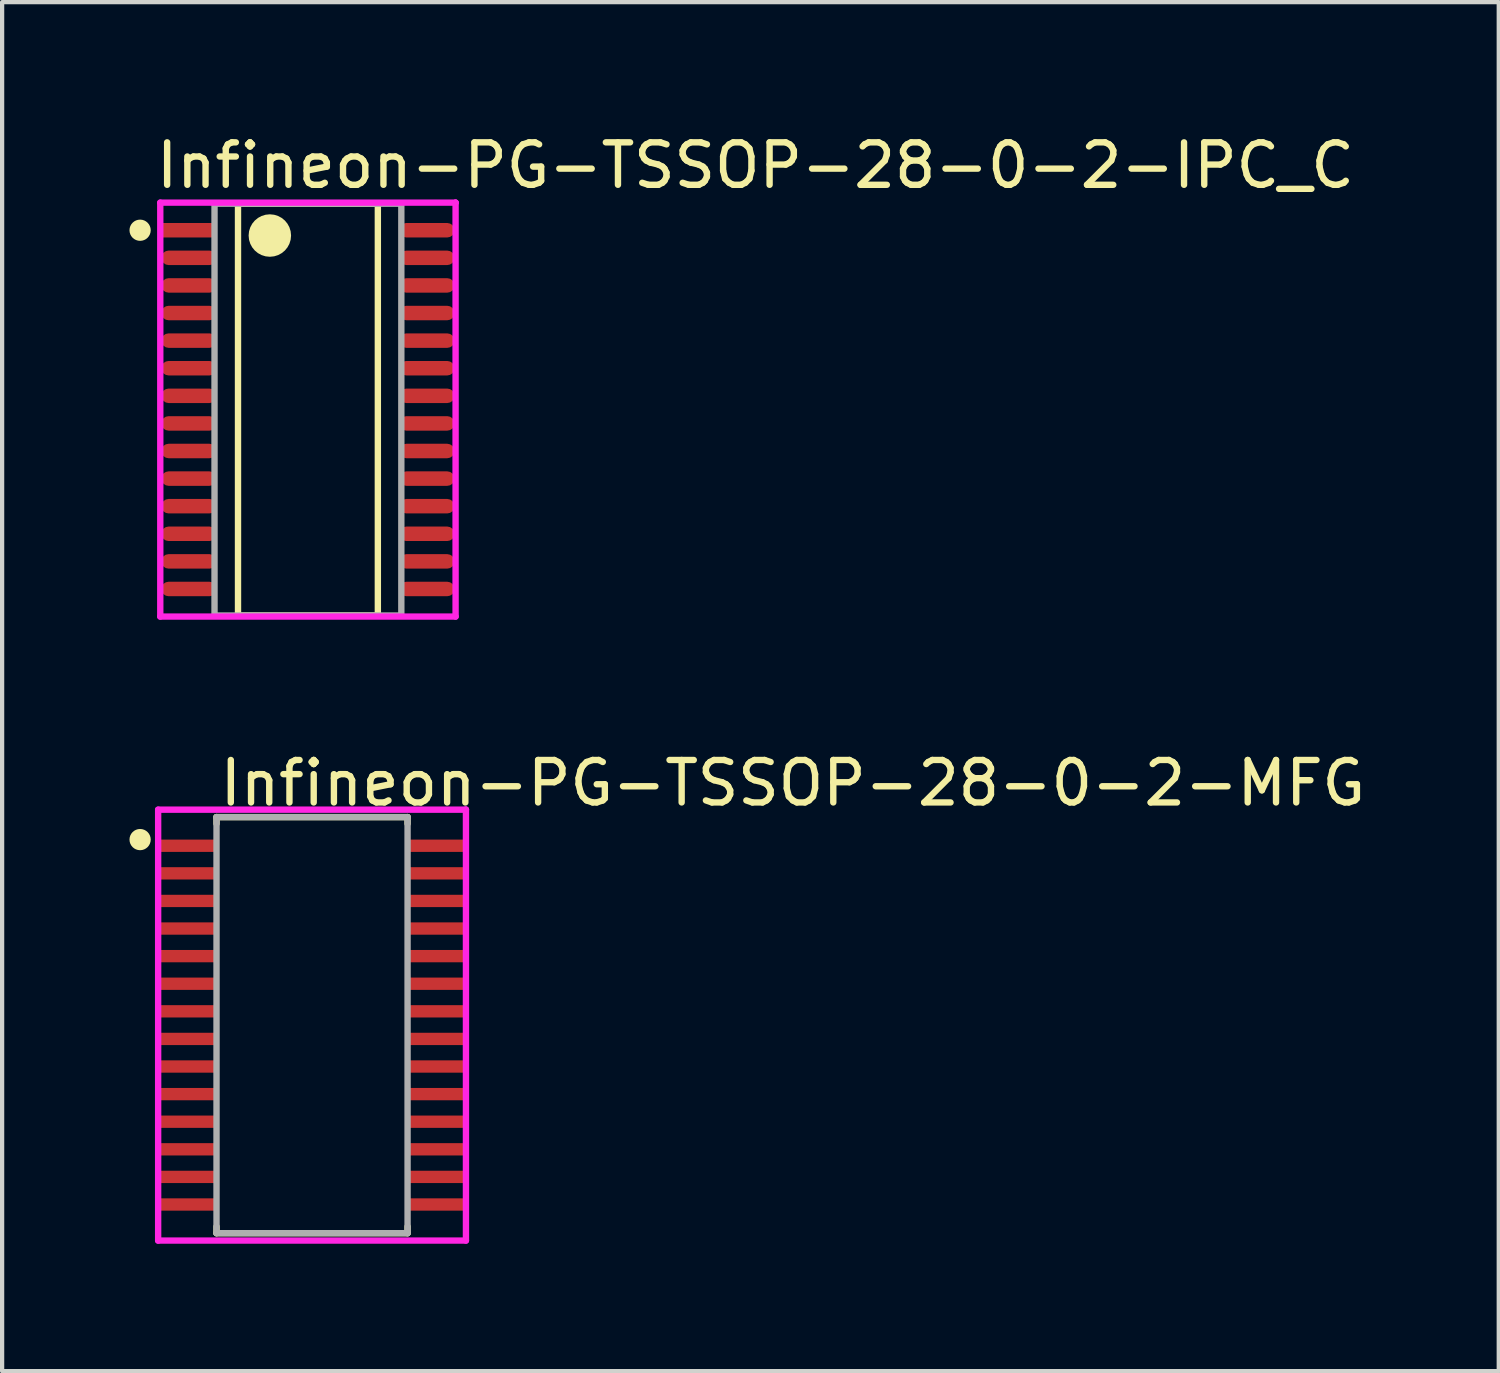
<source format=kicad_pcb>
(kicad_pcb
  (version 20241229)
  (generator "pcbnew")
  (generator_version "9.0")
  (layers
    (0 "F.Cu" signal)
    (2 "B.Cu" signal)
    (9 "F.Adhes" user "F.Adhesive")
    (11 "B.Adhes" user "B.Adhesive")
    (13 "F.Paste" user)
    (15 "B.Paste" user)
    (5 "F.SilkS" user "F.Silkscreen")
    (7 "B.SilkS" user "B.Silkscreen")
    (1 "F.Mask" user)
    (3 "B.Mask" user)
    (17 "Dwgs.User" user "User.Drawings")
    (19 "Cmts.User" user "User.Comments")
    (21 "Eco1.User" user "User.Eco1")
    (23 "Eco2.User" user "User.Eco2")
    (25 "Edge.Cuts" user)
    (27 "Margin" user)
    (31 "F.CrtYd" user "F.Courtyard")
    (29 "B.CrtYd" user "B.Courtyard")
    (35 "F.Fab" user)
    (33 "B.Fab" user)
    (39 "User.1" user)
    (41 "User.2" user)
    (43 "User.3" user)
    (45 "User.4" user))
  (footprint "Infineon-PG-TSSOP-28-0-2-MFG"
    (layer "F.Cu")
    (at 4.3 21.096)
    (property "Reference" "Infineon-PG-TSSOP-28-0-2-MFG" (at -2.25 -5.7 0) (layer "F.SilkS") (effects (font (size 1 1) (thickness 0.15)) (justify left)))
    (attr through_hole)
    (fp_line (start -2.25 -4.9) (end 2.25 -4.9) (stroke (width 0.15) (type solid)) (layer "F.SilkS"))
    (fp_line (start -2.25 -4.745) (end -2.25 -4.9) (stroke (width 0.15) (type solid)) (layer "F.SilkS"))
    (fp_line (start -2.25 4.9) (end -2.25 4.745) (stroke (width 0.15) (type solid)) (layer "F.SilkS"))
    (fp_line (start -2.25 4.9) (end 2.25 4.9) (stroke (width 0.15) (type solid)) (layer "F.SilkS"))
    (fp_line (start 2.25 -4.745) (end 2.25 -4.9) (stroke (width 0.15) (type solid)) (layer "F.SilkS"))
    (fp_line (start 2.25 4.9) (end 2.25 4.745) (stroke (width 0.15) (type solid)) (layer "F.SilkS"))
    (fp_circle (center -4.05 -4.37) (end -3.925 -4.37) (stroke (width 0.25) (type solid)) (fill no) (layer "F.SilkS"))
    (fp_line (start -3.625 -5.075) (end -3.625 5.075) (stroke (width 0.15) (type solid)) (layer "F.CrtYd"))
    (fp_line (start -3.625 5.075) (end 3.625 5.075) (stroke (width 0.15) (type solid)) (layer "F.CrtYd"))
    (fp_line (start 3.625 -5.075) (end -3.625 -5.075) (stroke (width 0.15) (type solid)) (layer "F.CrtYd"))
    (fp_line (start 3.625 -5.075) (end 3.625 -5.075) (stroke (width 0.15) (type solid)) (layer "F.CrtYd"))
    (fp_line (start 3.625 5.075) (end 3.625 -5.075) (stroke (width 0.15) (type solid)) (layer "F.CrtYd"))
    (fp_line (start -2.25 -4.9) (end 2.25 -4.9) (stroke (width 0.15) (type solid)) (layer "F.Fab"))
    (fp_line (start -2.25 4.9) (end -2.25 -4.9) (stroke (width 0.15) (type solid)) (layer "F.Fab"))
    (fp_line (start 2.25 -4.9) (end 2.25 4.9) (stroke (width 0.15) (type solid)) (layer "F.Fab"))
    (fp_line (start 2.25 4.9) (end -2.25 4.9) (stroke (width 0.15) (type solid)) (layer "F.Fab"))
    (pad "" smd rect (at -2.925 -4.225) (size 1.31 0.25) (layers "F.Paste"))
    (pad "" smd rect (at -2.925 -3.575) (size 1.31 0.25) (layers "F.Paste"))
    (pad "" smd rect (at -2.925 -2.925) (size 1.31 0.25) (layers "F.Paste"))
    (pad "" smd rect (at -2.925 -2.275) (size 1.31 0.25) (layers "F.Paste"))
    (pad "" smd rect (at -2.925 -1.625) (size 1.31 0.25) (layers "F.Paste"))
    (pad "" smd rect (at -2.925 -0.975) (size 1.31 0.25) (layers "F.Paste"))
    (pad "" smd rect (at -2.925 -0.325) (size 1.31 0.25) (layers "F.Paste"))
    (pad "" smd rect (at -2.925 0.325) (size 1.31 0.25) (layers "F.Paste"))
    (pad "" smd rect (at -2.925 0.975) (size 1.31 0.25) (layers "F.Paste"))
    (pad "" smd rect (at -2.925 1.625) (size 1.31 0.25) (layers "F.Paste"))
    (pad "" smd rect (at -2.925 2.275) (size 1.31 0.25) (layers "F.Paste"))
    (pad "" smd rect (at -2.925 2.925) (size 1.31 0.25) (layers "F.Paste"))
    (pad "" smd rect (at -2.925 3.575) (size 1.31 0.25) (layers "F.Paste"))
    (pad "" smd rect (at -2.925 4.225) (size 1.31 0.25) (layers "F.Paste"))
    (pad "" smd rect (at 2.925 -4.225) (size 1.31 0.25) (layers "F.Paste"))
    (pad "" smd rect (at 2.925 -3.575) (size 1.31 0.25) (layers "F.Paste"))
    (pad "" smd rect (at 2.925 -2.925) (size 1.31 0.25) (layers "F.Paste"))
    (pad "" smd rect (at 2.925 -2.275) (size 1.31 0.25) (layers "F.Paste"))
    (pad "" smd rect (at 2.925 -1.625) (size 1.31 0.25) (layers "F.Paste"))
    (pad "" smd rect (at 2.925 -0.975) (size 1.31 0.25) (layers "F.Paste"))
    (pad "" smd rect (at 2.925 -0.325) (size 1.31 0.25) (layers "F.Paste"))
    (pad "" smd rect (at 2.925 0.325) (size 1.31 0.25) (layers "F.Paste"))
    (pad "" smd rect (at 2.925 0.975) (size 1.31 0.25) (layers "F.Paste"))
    (pad "" smd rect (at 2.925 1.625) (size 1.31 0.25) (layers "F.Paste"))
    (pad "" smd rect (at 2.925 2.275) (size 1.31 0.25) (layers "F.Paste"))
    (pad "" smd rect (at 2.925 2.925) (size 1.31 0.25) (layers "F.Paste"))
    (pad "" smd rect (at 2.925 3.575) (size 1.31 0.25) (layers "F.Paste"))
    (pad "" smd rect (at 2.925 4.225) (size 1.31 0.25) (layers "F.Paste"))
    (pad "1" smd rect (at -2.925 -4.225) (size 1.35 0.29) (layers "F.Cu" "F.Mask"))
    (pad "2" smd rect (at -2.925 -3.575) (size 1.35 0.29) (layers "F.Cu" "F.Mask"))
    (pad "3" smd rect (at -2.925 -2.925) (size 1.35 0.29) (layers "F.Cu" "F.Mask"))
    (pad "4" smd rect (at -2.925 -2.275) (size 1.35 0.29) (layers "F.Cu" "F.Mask"))
    (pad "5" smd rect (at -2.925 -1.625) (size 1.35 0.29) (layers "F.Cu" "F.Mask"))
    (pad "6" smd rect (at -2.925 -0.975) (size 1.35 0.29) (layers "F.Cu" "F.Mask"))
    (pad "7" smd rect (at -2.925 -0.325) (size 1.35 0.29) (layers "F.Cu" "F.Mask"))
    (pad "8" smd rect (at -2.925 0.325) (size 1.35 0.29) (layers "F.Cu" "F.Mask"))
    (pad "9" smd rect (at -2.925 0.975) (size 1.35 0.29) (layers "F.Cu" "F.Mask"))
    (pad "10" smd rect (at -2.925 1.625) (size 1.35 0.29) (layers "F.Cu" "F.Mask"))
    (pad "11" smd rect (at -2.925 2.275) (size 1.35 0.29) (layers "F.Cu" "F.Mask"))
    (pad "12" smd rect (at -2.925 2.925) (size 1.35 0.29) (layers "F.Cu" "F.Mask"))
    (pad "13" smd rect (at -2.925 3.575) (size 1.35 0.29) (layers "F.Cu" "F.Mask"))
    (pad "14" smd rect (at -2.925 4.225) (size 1.35 0.29) (layers "F.Cu" "F.Mask"))
    (pad "15" smd rect (at 2.925 4.225) (size 1.35 0.29) (layers "F.Cu" "F.Mask"))
    (pad "16" smd rect (at 2.925 3.575) (size 1.35 0.29) (layers "F.Cu" "F.Mask"))
    (pad "17" smd rect (at 2.925 2.925) (size 1.35 0.29) (layers "F.Cu" "F.Mask"))
    (pad "18" smd rect (at 2.925 2.275) (size 1.35 0.29) (layers "F.Cu" "F.Mask"))
    (pad "19" smd rect (at 2.925 1.625) (size 1.35 0.29) (layers "F.Cu" "F.Mask"))
    (pad "20" smd rect (at 2.925 0.975) (size 1.35 0.29) (layers "F.Cu" "F.Mask"))
    (pad "21" smd rect (at 2.925 0.325) (size 1.35 0.29) (layers "F.Cu" "F.Mask"))
    (pad "22" smd rect (at 2.925 -0.325) (size 1.35 0.29) (layers "F.Cu" "F.Mask"))
    (pad "23" smd rect (at 2.925 -0.975) (size 1.35 0.29) (layers "F.Cu" "F.Mask"))
    (pad "24" smd rect (at 2.925 -1.625) (size 1.35 0.29) (layers "F.Cu" "F.Mask"))
    (pad "25" smd rect (at 2.925 -2.275) (size 1.35 0.29) (layers "F.Cu" "F.Mask"))
    (pad "26" smd rect (at 2.925 -2.925) (size 1.35 0.29) (layers "F.Cu" "F.Mask"))
    (pad "27" smd rect (at 2.925 -3.575) (size 1.35 0.29) (layers "F.Cu" "F.Mask"))
    (pad "28" smd rect (at 2.925 -4.225) (size 1.35 0.29) (layers "F.Cu" "F.Mask")))
  (footprint "Infineon-PG-TSSOP-28-0-2-IPC_C"
    (layer "F.Cu")
    (at 4.203 6.598)
    (property "Reference" "Infineon-PG-TSSOP-28-0-2-IPC_C" (at -3.653 -5.75 0) (layer "F.SilkS") (effects (font (size 1 1) (thickness 0.15)) (justify left)))
    (attr through_hole)
    (fp_line (start -1.647 -4.85) (end 1.647 -4.85) (stroke (width 0.15) (type solid)) (layer "F.SilkS"))
    (fp_line (start -1.647 4.85) (end -1.647 -4.85) (stroke (width 0.15) (type solid)) (layer "F.SilkS"))
    (fp_line (start 1.647 -4.85) (end 1.647 4.85) (stroke (width 0.15) (type solid)) (layer "F.SilkS"))
    (fp_line (start 1.647 4.85) (end -1.647 4.85) (stroke (width 0.15) (type solid)) (layer "F.SilkS"))
    (fp_circle (center -3.953 -4.225) (end -3.828 -4.225) (stroke (width 0.25) (type solid)) (fill no) (layer "F.SilkS"))
    (fp_circle (center -0.897 -4.1) (end -0.647 -4.1) (stroke (width 0.5) (type solid)) (fill no) (layer "F.SilkS"))
    (fp_line (start -3.478 -4.875) (end -3.478 4.875) (stroke (width 0.15) (type solid)) (layer "F.CrtYd"))
    (fp_line (start -3.478 4.875) (end 3.478 4.875) (stroke (width 0.15) (type solid)) (layer "F.CrtYd"))
    (fp_line (start 3.478 -4.875) (end -3.478 -4.875) (stroke (width 0.15) (type solid)) (layer "F.CrtYd"))
    (fp_line (start 3.478 -4.875) (end 3.478 -4.875) (stroke (width 0.15) (type solid)) (layer "F.CrtYd"))
    (fp_line (start 3.478 4.875) (end 3.478 -4.875) (stroke (width 0.15) (type solid)) (layer "F.CrtYd"))
    (fp_line (start -2.2 -4.85) (end 2.2 -4.85) (stroke (width 0.15) (type solid)) (layer "F.Fab"))
    (fp_line (start -2.2 4.85) (end -2.2 -4.85) (stroke (width 0.15) (type solid)) (layer "F.Fab"))
    (fp_line (start 2.2 -4.85) (end 2.2 4.85) (stroke (width 0.15) (type solid)) (layer "F.Fab"))
    (fp_line (start 2.2 4.85) (end -2.2 4.85) (stroke (width 0.15) (type solid)) (layer "F.Fab"))
    (pad "1" smd rect (at -2.8 -4.225) (size 1.306 0.341) (layers "F.Cu" "F.Mask" "F.Paste"))
    (pad "2" smd roundrect (at -2.8 -3.575) (size 1.306 0.341) (layers "F.Cu" "F.Mask" "F.Paste") (roundrect_rratio 0.5))
    (pad "3" smd roundrect (at -2.8 -2.925) (size 1.306 0.341) (layers "F.Cu" "F.Mask" "F.Paste") (roundrect_rratio 0.5))
    (pad "4" smd roundrect (at -2.8 -2.275) (size 1.306 0.341) (layers "F.Cu" "F.Mask" "F.Paste") (roundrect_rratio 0.5))
    (pad "5" smd roundrect (at -2.8 -1.625) (size 1.306 0.341) (layers "F.Cu" "F.Mask" "F.Paste") (roundrect_rratio 0.5))
    (pad "6" smd roundrect (at -2.8 -0.975) (size 1.306 0.341) (layers "F.Cu" "F.Mask" "F.Paste") (roundrect_rratio 0.5))
    (pad "7" smd roundrect (at -2.8 -0.325) (size 1.306 0.341) (layers "F.Cu" "F.Mask" "F.Paste") (roundrect_rratio 0.5))
    (pad "8" smd roundrect (at -2.8 0.325) (size 1.306 0.341) (layers "F.Cu" "F.Mask" "F.Paste") (roundrect_rratio 0.5))
    (pad "9" smd roundrect (at -2.8 0.975) (size 1.306 0.341) (layers "F.Cu" "F.Mask" "F.Paste") (roundrect_rratio 0.5))
    (pad "10" smd roundrect (at -2.8 1.625) (size 1.306 0.341) (layers "F.Cu" "F.Mask" "F.Paste") (roundrect_rratio 0.5))
    (pad "11" smd roundrect (at -2.8 2.275) (size 1.306 0.341) (layers "F.Cu" "F.Mask" "F.Paste") (roundrect_rratio 0.5))
    (pad "12" smd roundrect (at -2.8 2.925) (size 1.306 0.341) (layers "F.Cu" "F.Mask" "F.Paste") (roundrect_rratio 0.5))
    (pad "13" smd roundrect (at -2.8 3.575) (size 1.306 0.341) (layers "F.Cu" "F.Mask" "F.Paste") (roundrect_rratio 0.5))
    (pad "14" smd roundrect (at -2.8 4.225) (size 1.306 0.341) (layers "F.Cu" "F.Mask" "F.Paste") (roundrect_rratio 0.5))
    (pad "15" smd roundrect (at 2.8 4.225) (size 1.306 0.341) (layers "F.Cu" "F.Mask" "F.Paste") (roundrect_rratio 0.5))
    (pad "16" smd roundrect (at 2.8 3.575) (size 1.306 0.341) (layers "F.Cu" "F.Mask" "F.Paste") (roundrect_rratio 0.5))
    (pad "17" smd roundrect (at 2.8 2.925) (size 1.306 0.341) (layers "F.Cu" "F.Mask" "F.Paste") (roundrect_rratio 0.5))
    (pad "18" smd roundrect (at 2.8 2.275) (size 1.306 0.341) (layers "F.Cu" "F.Mask" "F.Paste") (roundrect_rratio 0.5))
    (pad "19" smd roundrect (at 2.8 1.625) (size 1.306 0.341) (layers "F.Cu" "F.Mask" "F.Paste") (roundrect_rratio 0.5))
    (pad "20" smd roundrect (at 2.8 0.975) (size 1.306 0.341) (layers "F.Cu" "F.Mask" "F.Paste") (roundrect_rratio 0.5))
    (pad "21" smd roundrect (at 2.8 0.325) (size 1.306 0.341) (layers "F.Cu" "F.Mask" "F.Paste") (roundrect_rratio 0.5))
    (pad "22" smd roundrect (at 2.8 -0.325) (size 1.306 0.341) (layers "F.Cu" "F.Mask" "F.Paste") (roundrect_rratio 0.5))
    (pad "23" smd roundrect (at 2.8 -0.975) (size 1.306 0.341) (layers "F.Cu" "F.Mask" "F.Paste") (roundrect_rratio 0.5))
    (pad "24" smd roundrect (at 2.8 -1.625) (size 1.306 0.341) (layers "F.Cu" "F.Mask" "F.Paste") (roundrect_rratio 0.5))
    (pad "25" smd roundrect (at 2.8 -2.275) (size 1.306 0.341) (layers "F.Cu" "F.Mask" "F.Paste") (roundrect_rratio 0.5))
    (pad "26" smd roundrect (at 2.8 -2.925) (size 1.306 0.341) (layers "F.Cu" "F.Mask" "F.Paste") (roundrect_rratio 0.5))
    (pad "27" smd roundrect (at 2.8 -3.575) (size 1.306 0.341) (layers "F.Cu" "F.Mask" "F.Paste") (roundrect_rratio 0.5))
    (pad "28" smd roundrect (at 2.8 -4.225) (size 1.306 0.341) (layers "F.Cu" "F.Mask" "F.Paste") (roundrect_rratio 0.5)))
  (gr_rect
    (start -3 -3)
    (end 32.252 29.246)
    (stroke (width 0.1) (type default))
    (fill no)
    (layer "Edge.Cuts")))
</source>
